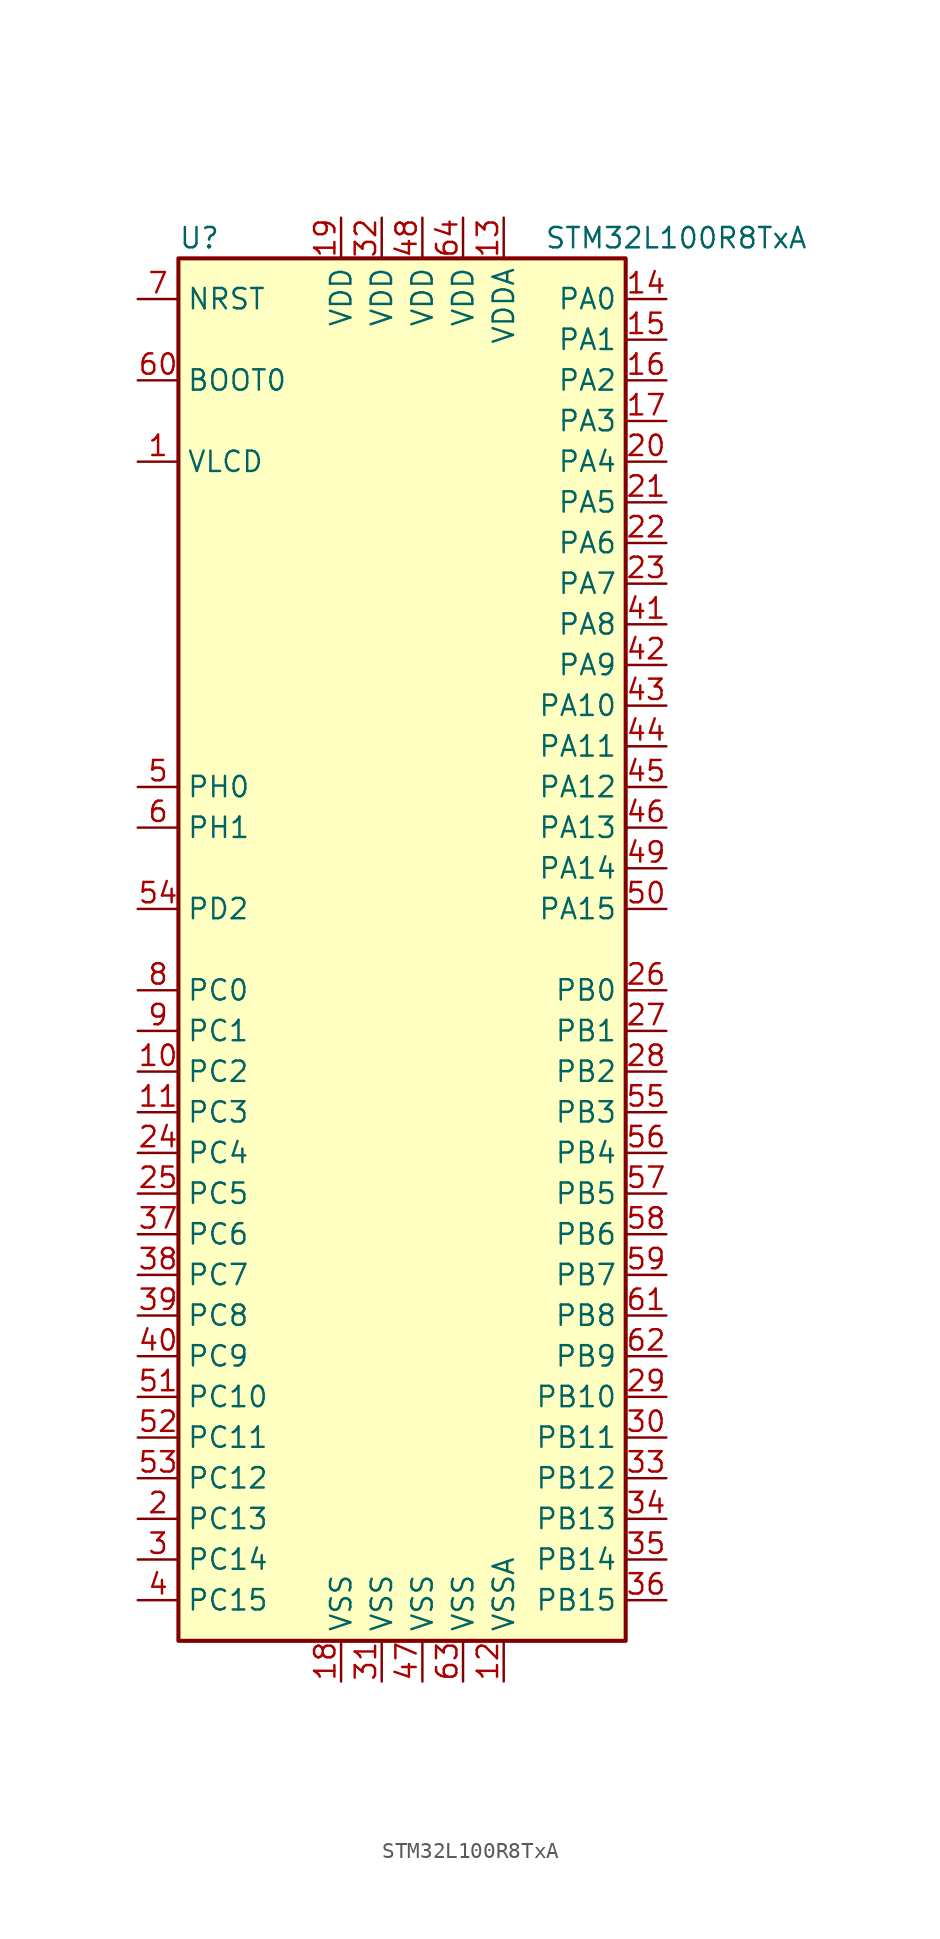
<source format=kicad_sym>
(kicad_symbol_lib
  (version 20201005)
  (generator kicad_symbol_editor)
  (symbol "MCU_ST_STM32L1:STM32L100R8TxA"
    (property "Reference" "U"
      (at -15.24 44.45 0)
      (effects (font (size 1.27 1.27)) (justify left)))
    (property "Value" "STM32L100R8TxA"
      (at 7.62 44.45 0)
      (effects (font (size 1.27 1.27)) (justify left)))
    (symbol "STM32L100R8TxA_0_1"
      (rectangle (start -15.24 -43.18) (end 12.7 43.18) (stroke (width 0.254)) (fill (type background))))
    (symbol "STM32L100R8TxA_1_1"
      (pin input line (at -17.78 35.56 0) (length 2.54) (name "BOOT0" (effects (font (size 1.27 1.27)))) (number "60" (effects (font (size 1.27 1.27)))))
      (pin input line (at -17.78 40.64 0) (length 2.54) (name "NRST" (effects (font (size 1.27 1.27)))) (number "7" (effects (font (size 1.27 1.27)))))
      (pin bidirectional line (at 15.24 40.64 180) (length 2.54) (name "PA0" (effects (font (size 1.27 1.27)))) (number "14" (effects (font (size 1.27 1.27)))))
      (pin bidirectional line (at 15.24 38.1 180) (length 2.54) (name "PA1" (effects (font (size 1.27 1.27)))) (number "15" (effects (font (size 1.27 1.27)))))
      (pin bidirectional line (at 15.24 15.24 180) (length 2.54) (name "PA10" (effects (font (size 1.27 1.27)))) (number "43" (effects (font (size 1.27 1.27)))))
      (pin bidirectional line (at 15.24 12.7 180) (length 2.54) (name "PA11" (effects (font (size 1.27 1.27)))) (number "44" (effects (font (size 1.27 1.27)))))
      (pin bidirectional line (at 15.24 10.16 180) (length 2.54) (name "PA12" (effects (font (size 1.27 1.27)))) (number "45" (effects (font (size 1.27 1.27)))))
      (pin bidirectional line (at 15.24 7.62 180) (length 2.54) (name "PA13" (effects (font (size 1.27 1.27)))) (number "46" (effects (font (size 1.27 1.27)))))
      (pin bidirectional line (at 15.24 5.08 180) (length 2.54) (name "PA14" (effects (font (size 1.27 1.27)))) (number "49" (effects (font (size 1.27 1.27)))))
      (pin bidirectional line (at 15.24 2.54 180) (length 2.54) (name "PA15" (effects (font (size 1.27 1.27)))) (number "50" (effects (font (size 1.27 1.27)))))
      (pin bidirectional line (at 15.24 35.56 180) (length 2.54) (name "PA2" (effects (font (size 1.27 1.27)))) (number "16" (effects (font (size 1.27 1.27)))))
      (pin bidirectional line (at 15.24 33.02 180) (length 2.54) (name "PA3" (effects (font (size 1.27 1.27)))) (number "17" (effects (font (size 1.27 1.27)))))
      (pin bidirectional line (at 15.24 30.48 180) (length 2.54) (name "PA4" (effects (font (size 1.27 1.27)))) (number "20" (effects (font (size 1.27 1.27)))))
      (pin bidirectional line (at 15.24 27.94 180) (length 2.54) (name "PA5" (effects (font (size 1.27 1.27)))) (number "21" (effects (font (size 1.27 1.27)))))
      (pin bidirectional line (at 15.24 25.4 180) (length 2.54) (name "PA6" (effects (font (size 1.27 1.27)))) (number "22" (effects (font (size 1.27 1.27)))))
      (pin bidirectional line (at 15.24 22.86 180) (length 2.54) (name "PA7" (effects (font (size 1.27 1.27)))) (number "23" (effects (font (size 1.27 1.27)))))
      (pin bidirectional line (at 15.24 20.32 180) (length 2.54) (name "PA8" (effects (font (size 1.27 1.27)))) (number "41" (effects (font (size 1.27 1.27)))))
      (pin bidirectional line (at 15.24 17.78 180) (length 2.54) (name "PA9" (effects (font (size 1.27 1.27)))) (number "42" (effects (font (size 1.27 1.27)))))
      (pin bidirectional line (at 15.24 -2.54 180) (length 2.54) (name "PB0" (effects (font (size 1.27 1.27)))) (number "26" (effects (font (size 1.27 1.27)))))
      (pin bidirectional line (at 15.24 -5.08 180) (length 2.54) (name "PB1" (effects (font (size 1.27 1.27)))) (number "27" (effects (font (size 1.27 1.27)))))
      (pin bidirectional line (at 15.24 -27.94 180) (length 2.54) (name "PB10" (effects (font (size 1.27 1.27)))) (number "29" (effects (font (size 1.27 1.27)))))
      (pin bidirectional line (at 15.24 -30.48 180) (length 2.54) (name "PB11" (effects (font (size 1.27 1.27)))) (number "30" (effects (font (size 1.27 1.27)))))
      (pin bidirectional line (at 15.24 -33.02 180) (length 2.54) (name "PB12" (effects (font (size 1.27 1.27)))) (number "33" (effects (font (size 1.27 1.27)))))
      (pin bidirectional line (at 15.24 -35.56 180) (length 2.54) (name "PB13" (effects (font (size 1.27 1.27)))) (number "34" (effects (font (size 1.27 1.27)))))
      (pin bidirectional line (at 15.24 -38.1 180) (length 2.54) (name "PB14" (effects (font (size 1.27 1.27)))) (number "35" (effects (font (size 1.27 1.27)))))
      (pin bidirectional line (at 15.24 -40.64 180) (length 2.54) (name "PB15" (effects (font (size 1.27 1.27)))) (number "36" (effects (font (size 1.27 1.27)))))
      (pin bidirectional line (at 15.24 -7.62 180) (length 2.54) (name "PB2" (effects (font (size 1.27 1.27)))) (number "28" (effects (font (size 1.27 1.27)))))
      (pin bidirectional line (at 15.24 -10.16 180) (length 2.54) (name "PB3" (effects (font (size 1.27 1.27)))) (number "55" (effects (font (size 1.27 1.27)))))
      (pin bidirectional line (at 15.24 -12.7 180) (length 2.54) (name "PB4" (effects (font (size 1.27 1.27)))) (number "56" (effects (font (size 1.27 1.27)))))
      (pin bidirectional line (at 15.24 -15.24 180) (length 2.54) (name "PB5" (effects (font (size 1.27 1.27)))) (number "57" (effects (font (size 1.27 1.27)))))
      (pin bidirectional line (at 15.24 -17.78 180) (length 2.54) (name "PB6" (effects (font (size 1.27 1.27)))) (number "58" (effects (font (size 1.27 1.27)))))
      (pin bidirectional line (at 15.24 -20.32 180) (length 2.54) (name "PB7" (effects (font (size 1.27 1.27)))) (number "59" (effects (font (size 1.27 1.27)))))
      (pin bidirectional line (at 15.24 -22.86 180) (length 2.54) (name "PB8" (effects (font (size 1.27 1.27)))) (number "61" (effects (font (size 1.27 1.27)))))
      (pin bidirectional line (at 15.24 -25.4 180) (length 2.54) (name "PB9" (effects (font (size 1.27 1.27)))) (number "62" (effects (font (size 1.27 1.27)))))
      (pin bidirectional line (at -17.78 -2.54 0) (length 2.54) (name "PC0" (effects (font (size 1.27 1.27)))) (number "8" (effects (font (size 1.27 1.27)))))
      (pin bidirectional line (at -17.78 -5.08 0) (length 2.54) (name "PC1" (effects (font (size 1.27 1.27)))) (number "9" (effects (font (size 1.27 1.27)))))
      (pin bidirectional line (at -17.78 -27.94 0) (length 2.54) (name "PC10" (effects (font (size 1.27 1.27)))) (number "51" (effects (font (size 1.27 1.27)))))
      (pin bidirectional line (at -17.78 -30.48 0) (length 2.54) (name "PC11" (effects (font (size 1.27 1.27)))) (number "52" (effects (font (size 1.27 1.27)))))
      (pin bidirectional line (at -17.78 -33.02 0) (length 2.54) (name "PC12" (effects (font (size 1.27 1.27)))) (number "53" (effects (font (size 1.27 1.27)))))
      (pin bidirectional line (at -17.78 -35.56 0) (length 2.54) (name "PC13" (effects (font (size 1.27 1.27)))) (number "2" (effects (font (size 1.27 1.27)))))
      (pin bidirectional line (at -17.78 -38.1 0) (length 2.54) (name "PC14" (effects (font (size 1.27 1.27)))) (number "3" (effects (font (size 1.27 1.27)))))
      (pin bidirectional line (at -17.78 -40.64 0) (length 2.54) (name "PC15" (effects (font (size 1.27 1.27)))) (number "4" (effects (font (size 1.27 1.27)))))
      (pin bidirectional line (at -17.78 -7.62 0) (length 2.54) (name "PC2" (effects (font (size 1.27 1.27)))) (number "10" (effects (font (size 1.27 1.27)))))
      (pin bidirectional line (at -17.78 -10.16 0) (length 2.54) (name "PC3" (effects (font (size 1.27 1.27)))) (number "11" (effects (font (size 1.27 1.27)))))
      (pin bidirectional line (at -17.78 -12.7 0) (length 2.54) (name "PC4" (effects (font (size 1.27 1.27)))) (number "24" (effects (font (size 1.27 1.27)))))
      (pin bidirectional line (at -17.78 -15.24 0) (length 2.54) (name "PC5" (effects (font (size 1.27 1.27)))) (number "25" (effects (font (size 1.27 1.27)))))
      (pin bidirectional line (at -17.78 -17.78 0) (length 2.54) (name "PC6" (effects (font (size 1.27 1.27)))) (number "37" (effects (font (size 1.27 1.27)))))
      (pin bidirectional line (at -17.78 -20.32 0) (length 2.54) (name "PC7" (effects (font (size 1.27 1.27)))) (number "38" (effects (font (size 1.27 1.27)))))
      (pin bidirectional line (at -17.78 -22.86 0) (length 2.54) (name "PC8" (effects (font (size 1.27 1.27)))) (number "39" (effects (font (size 1.27 1.27)))))
      (pin bidirectional line (at -17.78 -25.4 0) (length 2.54) (name "PC9" (effects (font (size 1.27 1.27)))) (number "40" (effects (font (size 1.27 1.27)))))
      (pin bidirectional line (at -17.78 2.54 0) (length 2.54) (name "PD2" (effects (font (size 1.27 1.27)))) (number "54" (effects (font (size 1.27 1.27)))))
      (pin input line (at -17.78 10.16 0) (length 2.54) (name "PH0" (effects (font (size 1.27 1.27)))) (number "5" (effects (font (size 1.27 1.27)))))
      (pin input line (at -17.78 7.62 0) (length 2.54) (name "PH1" (effects (font (size 1.27 1.27)))) (number "6" (effects (font (size 1.27 1.27)))))
      (pin power_in line (at -5.08 45.72 270) (length 2.54) (name "VDD" (effects (font (size 1.27 1.27)))) (number "19" (effects (font (size 1.27 1.27)))))
      (pin power_in line (at -2.54 45.72 270) (length 2.54) (name "VDD" (effects (font (size 1.27 1.27)))) (number "32" (effects (font (size 1.27 1.27)))))
      (pin power_in line (at 0 45.72 270) (length 2.54) (name "VDD" (effects (font (size 1.27 1.27)))) (number "48" (effects (font (size 1.27 1.27)))))
      (pin power_in line (at 2.54 45.72 270) (length 2.54) (name "VDD" (effects (font (size 1.27 1.27)))) (number "64" (effects (font (size 1.27 1.27)))))
      (pin power_in line (at 5.08 45.72 270) (length 2.54) (name "VDDA" (effects (font (size 1.27 1.27)))) (number "13" (effects (font (size 1.27 1.27)))))
      (pin power_in line (at -17.78 30.48 0) (length 2.54) (name "VLCD" (effects (font (size 1.27 1.27)))) (number "1" (effects (font (size 1.27 1.27)))))
      (pin power_in line (at -5.08 -45.72 90) (length 2.54) (name "VSS" (effects (font (size 1.27 1.27)))) (number "18" (effects (font (size 1.27 1.27)))))
      (pin power_in line (at -2.54 -45.72 90) (length 2.54) (name "VSS" (effects (font (size 1.27 1.27)))) (number "31" (effects (font (size 1.27 1.27)))))
      (pin power_in line (at 0 -45.72 90) (length 2.54) (name "VSS" (effects (font (size 1.27 1.27)))) (number "47" (effects (font (size 1.27 1.27)))))
      (pin power_in line (at 2.54 -45.72 90) (length 2.54) (name "VSS" (effects (font (size 1.27 1.27)))) (number "63" (effects (font (size 1.27 1.27)))))
      (pin power_in line (at 5.08 -45.72 90) (length 2.54) (name "VSSA" (effects (font (size 1.27 1.27)))) (number "12" (effects (font (size 1.27 1.27))))))))
</source>
